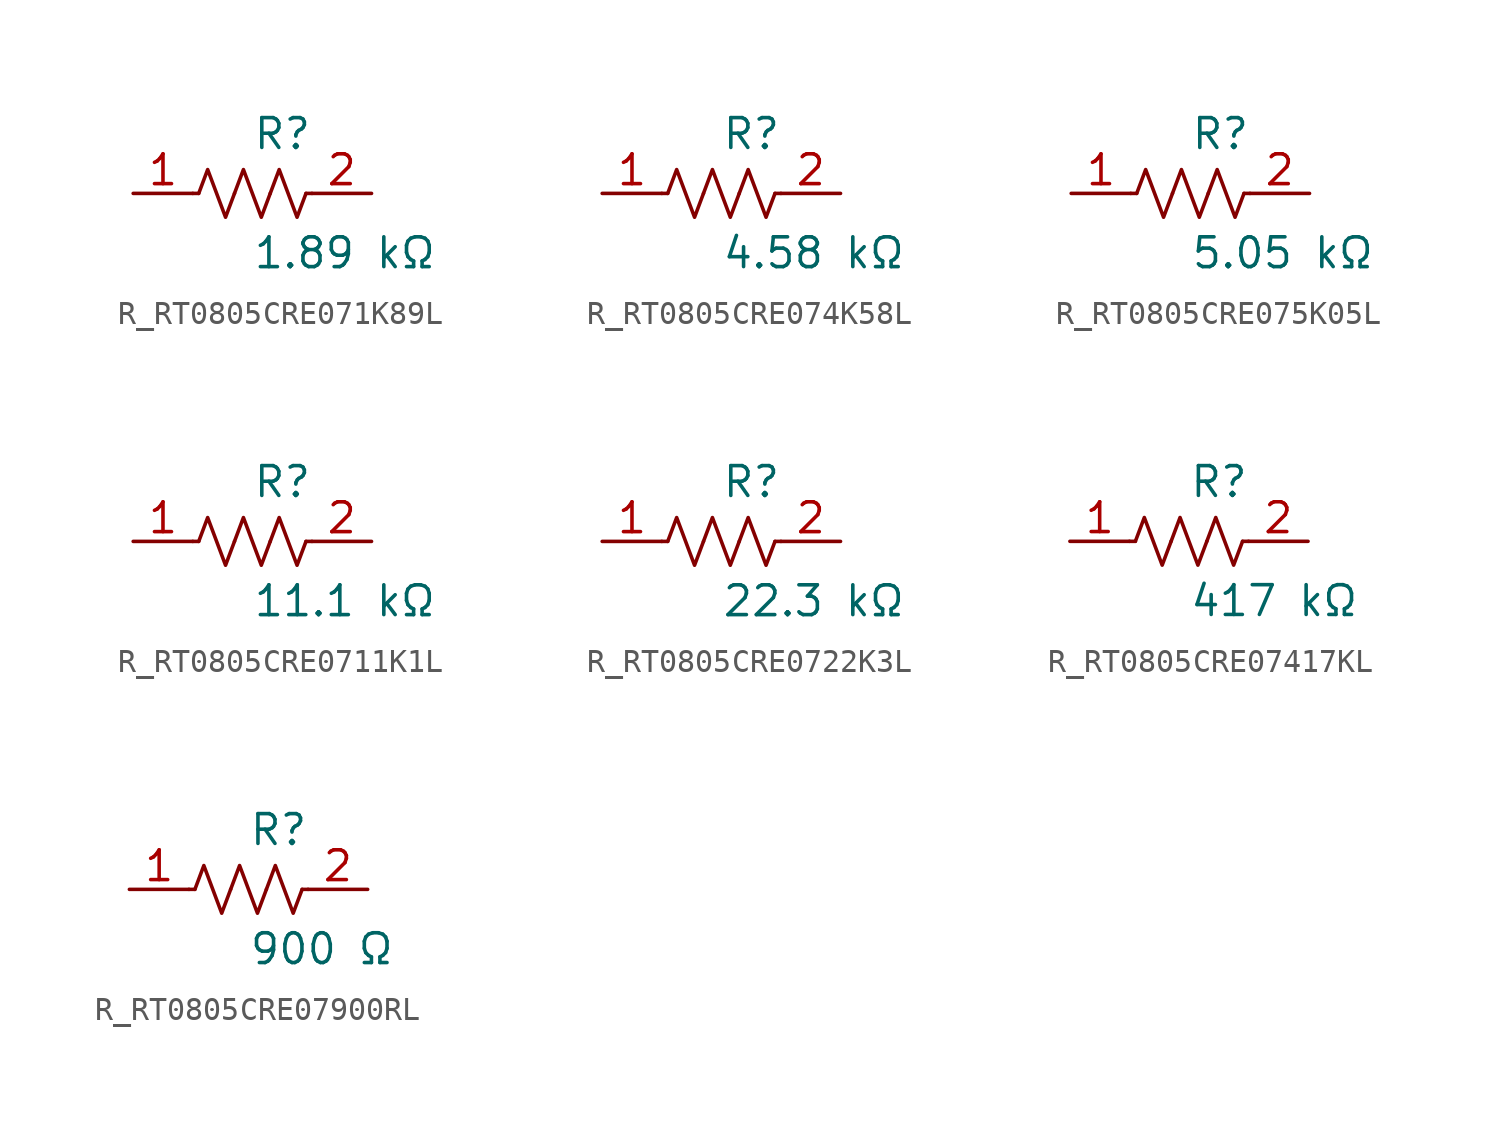
<source format=kicad_sym>
(kicad_symbol_lib
  (version 20231120)
  (generator kicad_symbol_editor)
  (generator_version 8.0)
  (symbol "R_RT0805CRE071K89L"
    (pin_names
      (offset 0.254))
    (property "Reference" "R"
      (at 0 2.54 0)
      (effects (font (size 1.27 1.27)) (justify left)))
    (property "Value" "1.89 kΩ"
      (at 0 -2.54 0)
      (effects (font (size 1.27 1.27)) (justify left)))
    (symbol "R_RT0805CRE071K89L_0_1"
      (polyline (pts (xy 2.286 0) (xy 2.54 0)) (stroke (width 0) (type default)) (fill (type none)))
      (polyline (pts (xy -2.286 0) (xy -2.54 0)) (stroke (width 0) (type default)) (fill (type none)))
      (polyline (pts (xy 0.762 0) (xy 1.143 1.016) (xy 1.524 0) (xy 1.905 -1.016) (xy 2.286 0)) (stroke (width 0) (type default)) (fill (type none)))
      (polyline (pts (xy -0.762 0) (xy -0.381 1.016) (xy 0 0) (xy 0.381 -1.016) (xy 0.762 0)) (stroke (width 0) (type default)) (fill (type none)))
      (polyline (pts (xy -2.286 0) (xy -1.905 1.016) (xy -1.524 0) (xy -1.143 -1.016) (xy -0.762 0)) (stroke (width 0) (type default)) (fill (type none))))
    (pin unspecified line
      (at -5.08 0 0)
      (length 2.54)
      (name "" (effects (font (size 1.27 1.27))))
      (number "1" (effects (font (size 1.27 1.27)))))
    (pin unspecified line
      (at 5.08 0 180)
      (length 2.54)
      (name "" (effects (font (size 1.27 1.27))))
      (number "2" (effects (font (size 1.27 1.27))))))
  (symbol "R_RT0805CRE074K58L"
    (pin_names
      (offset 0.254))
    (property "Reference" "R"
      (at 0 2.54 0)
      (effects (font (size 1.27 1.27)) (justify left)))
    (property "Value" "4.58 kΩ"
      (at 0 -2.54 0)
      (effects (font (size 1.27 1.27)) (justify left)))
    (symbol "R_RT0805CRE074K58L_0_1"
      (polyline (pts (xy 2.286 0) (xy 2.54 0)) (stroke (width 0) (type default)) (fill (type none)))
      (polyline (pts (xy -2.286 0) (xy -2.54 0)) (stroke (width 0) (type default)) (fill (type none)))
      (polyline (pts (xy 0.762 0) (xy 1.143 1.016) (xy 1.524 0) (xy 1.905 -1.016) (xy 2.286 0)) (stroke (width 0) (type default)) (fill (type none)))
      (polyline (pts (xy -0.762 0) (xy -0.381 1.016) (xy 0 0) (xy 0.381 -1.016) (xy 0.762 0)) (stroke (width 0) (type default)) (fill (type none)))
      (polyline (pts (xy -2.286 0) (xy -1.905 1.016) (xy -1.524 0) (xy -1.143 -1.016) (xy -0.762 0)) (stroke (width 0) (type default)) (fill (type none))))
    (pin unspecified line
      (at -5.08 0 0)
      (length 2.54)
      (name "" (effects (font (size 1.27 1.27))))
      (number "1" (effects (font (size 1.27 1.27)))))
    (pin unspecified line
      (at 5.08 0 180)
      (length 2.54)
      (name "" (effects (font (size 1.27 1.27))))
      (number "2" (effects (font (size 1.27 1.27))))))
  (symbol "R_RT0805CRE075K05L"
    (pin_names
      (offset 0.254))
    (property "Reference" "R"
      (at 0 2.54 0)
      (effects (font (size 1.27 1.27)) (justify left)))
    (property "Value" "5.05 kΩ"
      (at 0 -2.54 0)
      (effects (font (size 1.27 1.27)) (justify left)))
    (symbol "R_RT0805CRE075K05L_0_1"
      (polyline (pts (xy 2.286 0) (xy 2.54 0)) (stroke (width 0) (type default)) (fill (type none)))
      (polyline (pts (xy -2.286 0) (xy -2.54 0)) (stroke (width 0) (type default)) (fill (type none)))
      (polyline (pts (xy 0.762 0) (xy 1.143 1.016) (xy 1.524 0) (xy 1.905 -1.016) (xy 2.286 0)) (stroke (width 0) (type default)) (fill (type none)))
      (polyline (pts (xy -0.762 0) (xy -0.381 1.016) (xy 0 0) (xy 0.381 -1.016) (xy 0.762 0)) (stroke (width 0) (type default)) (fill (type none)))
      (polyline (pts (xy -2.286 0) (xy -1.905 1.016) (xy -1.524 0) (xy -1.143 -1.016) (xy -0.762 0)) (stroke (width 0) (type default)) (fill (type none))))
    (pin unspecified line
      (at -5.08 0 0)
      (length 2.54)
      (name "" (effects (font (size 1.27 1.27))))
      (number "1" (effects (font (size 1.27 1.27)))))
    (pin unspecified line
      (at 5.08 0 180)
      (length 2.54)
      (name "" (effects (font (size 1.27 1.27))))
      (number "2" (effects (font (size 1.27 1.27))))))
  (symbol "R_RT0805CRE0711K1L"
    (pin_names
      (offset 0.254))
    (property "Reference" "R"
      (at 0 2.54 0)
      (effects (font (size 1.27 1.27)) (justify left)))
    (property "Value" "11.1 kΩ"
      (at 0 -2.54 0)
      (effects (font (size 1.27 1.27)) (justify left)))
    (symbol "R_RT0805CRE0711K1L_0_1"
      (polyline (pts (xy 2.286 0) (xy 2.54 0)) (stroke (width 0) (type default)) (fill (type none)))
      (polyline (pts (xy -2.286 0) (xy -2.54 0)) (stroke (width 0) (type default)) (fill (type none)))
      (polyline (pts (xy 0.762 0) (xy 1.143 1.016) (xy 1.524 0) (xy 1.905 -1.016) (xy 2.286 0)) (stroke (width 0) (type default)) (fill (type none)))
      (polyline (pts (xy -0.762 0) (xy -0.381 1.016) (xy 0 0) (xy 0.381 -1.016) (xy 0.762 0)) (stroke (width 0) (type default)) (fill (type none)))
      (polyline (pts (xy -2.286 0) (xy -1.905 1.016) (xy -1.524 0) (xy -1.143 -1.016) (xy -0.762 0)) (stroke (width 0) (type default)) (fill (type none))))
    (pin unspecified line
      (at -5.08 0 0)
      (length 2.54)
      (name "" (effects (font (size 1.27 1.27))))
      (number "1" (effects (font (size 1.27 1.27)))))
    (pin unspecified line
      (at 5.08 0 180)
      (length 2.54)
      (name "" (effects (font (size 1.27 1.27))))
      (number "2" (effects (font (size 1.27 1.27))))))
  (symbol "R_RT0805CRE0722K3L"
    (pin_names
      (offset 0.254))
    (property "Reference" "R"
      (at 0 2.54 0)
      (effects (font (size 1.27 1.27)) (justify left)))
    (property "Value" "22.3 kΩ"
      (at 0 -2.54 0)
      (effects (font (size 1.27 1.27)) (justify left)))
    (symbol "R_RT0805CRE0722K3L_0_1"
      (polyline (pts (xy 2.286 0) (xy 2.54 0)) (stroke (width 0) (type default)) (fill (type none)))
      (polyline (pts (xy -2.286 0) (xy -2.54 0)) (stroke (width 0) (type default)) (fill (type none)))
      (polyline (pts (xy 0.762 0) (xy 1.143 1.016) (xy 1.524 0) (xy 1.905 -1.016) (xy 2.286 0)) (stroke (width 0) (type default)) (fill (type none)))
      (polyline (pts (xy -0.762 0) (xy -0.381 1.016) (xy 0 0) (xy 0.381 -1.016) (xy 0.762 0)) (stroke (width 0) (type default)) (fill (type none)))
      (polyline (pts (xy -2.286 0) (xy -1.905 1.016) (xy -1.524 0) (xy -1.143 -1.016) (xy -0.762 0)) (stroke (width 0) (type default)) (fill (type none))))
    (pin unspecified line
      (at -5.08 0 0)
      (length 2.54)
      (name "" (effects (font (size 1.27 1.27))))
      (number "1" (effects (font (size 1.27 1.27)))))
    (pin unspecified line
      (at 5.08 0 180)
      (length 2.54)
      (name "" (effects (font (size 1.27 1.27))))
      (number "2" (effects (font (size 1.27 1.27))))))
  (symbol "R_RT0805CRE07417KL"
    (pin_names
      (offset 0.254))
    (property "Reference" "R"
      (at 0 2.54 0)
      (effects (font (size 1.27 1.27)) (justify left)))
    (property "Value" "417 kΩ"
      (at 0 -2.54 0)
      (effects (font (size 1.27 1.27)) (justify left)))
    (symbol "R_RT0805CRE07417KL_0_1"
      (polyline (pts (xy 2.286 0) (xy 2.54 0)) (stroke (width 0) (type default)) (fill (type none)))
      (polyline (pts (xy -2.286 0) (xy -2.54 0)) (stroke (width 0) (type default)) (fill (type none)))
      (polyline (pts (xy 0.762 0) (xy 1.143 1.016) (xy 1.524 0) (xy 1.905 -1.016) (xy 2.286 0)) (stroke (width 0) (type default)) (fill (type none)))
      (polyline (pts (xy -0.762 0) (xy -0.381 1.016) (xy 0 0) (xy 0.381 -1.016) (xy 0.762 0)) (stroke (width 0) (type default)) (fill (type none)))
      (polyline (pts (xy -2.286 0) (xy -1.905 1.016) (xy -1.524 0) (xy -1.143 -1.016) (xy -0.762 0)) (stroke (width 0) (type default)) (fill (type none))))
    (pin unspecified line
      (at -5.08 0 0)
      (length 2.54)
      (name "" (effects (font (size 1.27 1.27))))
      (number "1" (effects (font (size 1.27 1.27)))))
    (pin unspecified line
      (at 5.08 0 180)
      (length 2.54)
      (name "" (effects (font (size 1.27 1.27))))
      (number "2" (effects (font (size 1.27 1.27))))))
  (symbol "R_RT0805CRE07900RL"
    (pin_names
      (offset 0.254))
    (property "Reference" "R"
      (at 0 2.54 0)
      (effects (font (size 1.27 1.27)) (justify left)))
    (property "Value" "900 Ω"
      (at 0 -2.54 0)
      (effects (font (size 1.27 1.27)) (justify left)))
    (symbol "R_RT0805CRE07900RL_0_1"
      (polyline (pts (xy 2.286 0) (xy 2.54 0)) (stroke (width 0) (type default)) (fill (type none)))
      (polyline (pts (xy -2.286 0) (xy -2.54 0)) (stroke (width 0) (type default)) (fill (type none)))
      (polyline (pts (xy 0.762 0) (xy 1.143 1.016) (xy 1.524 0) (xy 1.905 -1.016) (xy 2.286 0)) (stroke (width 0) (type default)) (fill (type none)))
      (polyline (pts (xy -0.762 0) (xy -0.381 1.016) (xy 0 0) (xy 0.381 -1.016) (xy 0.762 0)) (stroke (width 0) (type default)) (fill (type none)))
      (polyline (pts (xy -2.286 0) (xy -1.905 1.016) (xy -1.524 0) (xy -1.143 -1.016) (xy -0.762 0)) (stroke (width 0) (type default)) (fill (type none))))
    (pin unspecified line
      (at -5.08 0 0)
      (length 2.54)
      (name "" (effects (font (size 1.27 1.27))))
      (number "1" (effects (font (size 1.27 1.27)))))
    (pin unspecified line
      (at 5.08 0 180)
      (length 2.54)
      (name "" (effects (font (size 1.27 1.27))))
      (number "2" (effects (font (size 1.27 1.27)))))))
</source>
